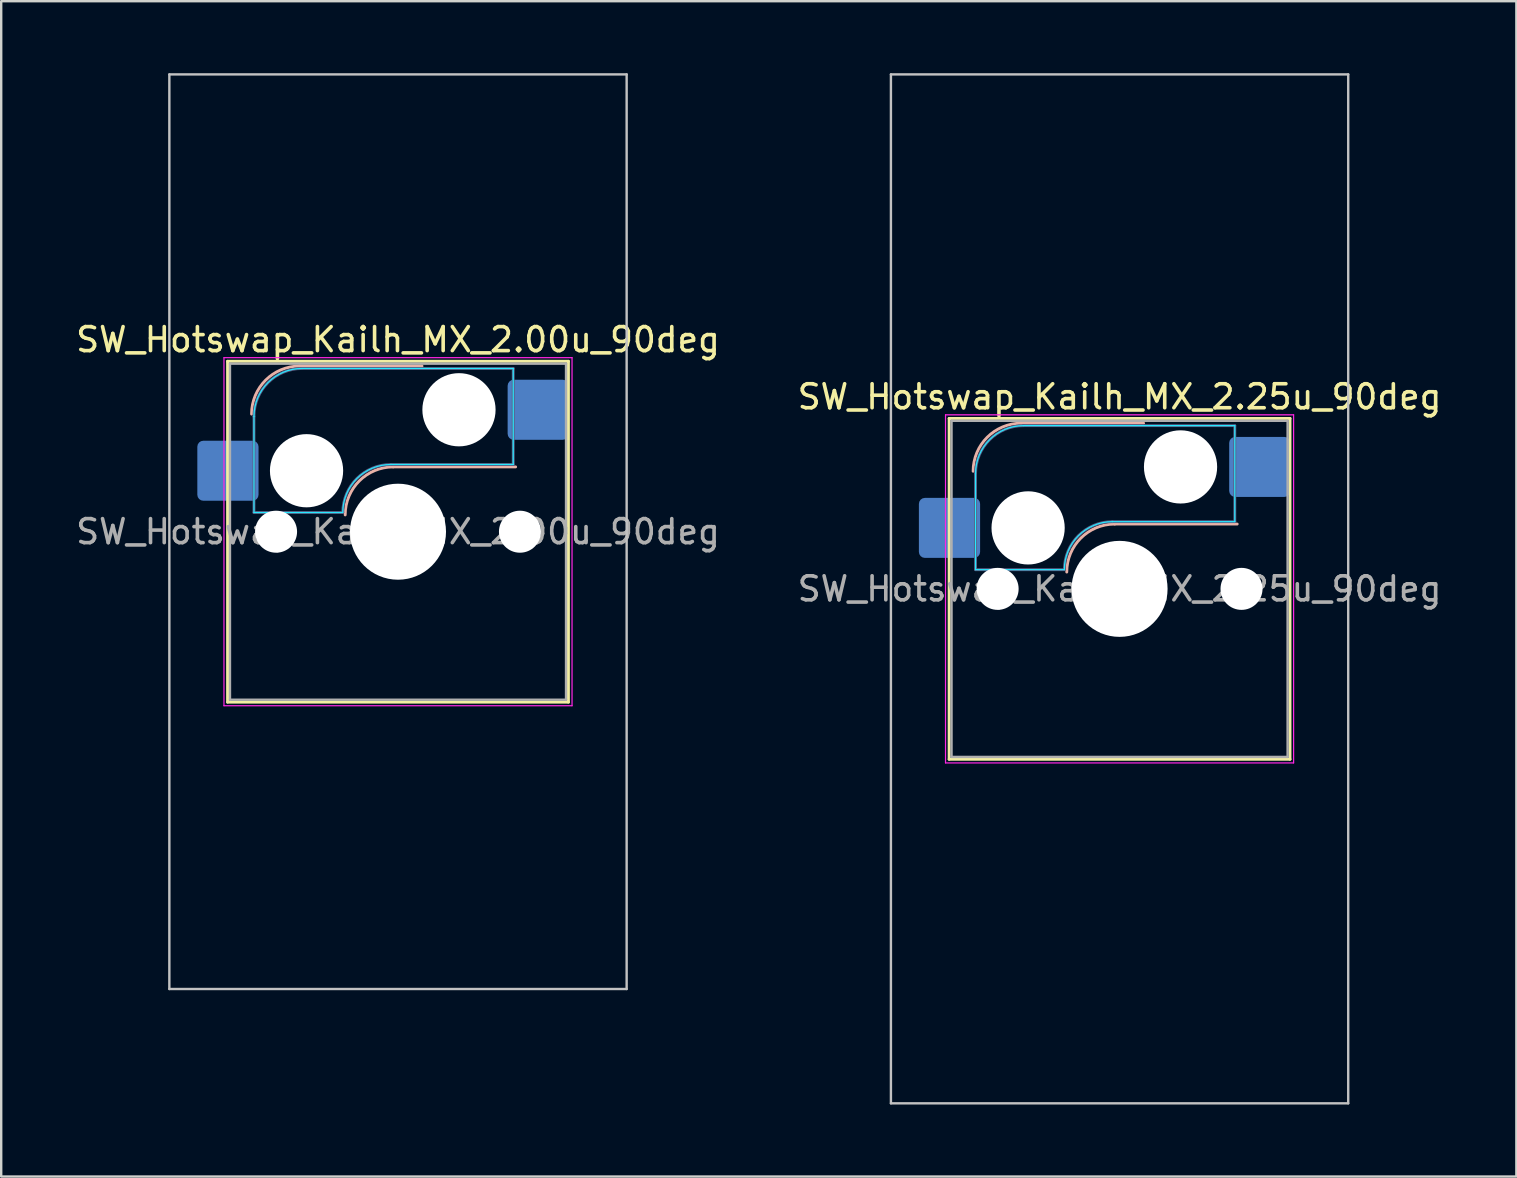
<source format=kicad_pcb>
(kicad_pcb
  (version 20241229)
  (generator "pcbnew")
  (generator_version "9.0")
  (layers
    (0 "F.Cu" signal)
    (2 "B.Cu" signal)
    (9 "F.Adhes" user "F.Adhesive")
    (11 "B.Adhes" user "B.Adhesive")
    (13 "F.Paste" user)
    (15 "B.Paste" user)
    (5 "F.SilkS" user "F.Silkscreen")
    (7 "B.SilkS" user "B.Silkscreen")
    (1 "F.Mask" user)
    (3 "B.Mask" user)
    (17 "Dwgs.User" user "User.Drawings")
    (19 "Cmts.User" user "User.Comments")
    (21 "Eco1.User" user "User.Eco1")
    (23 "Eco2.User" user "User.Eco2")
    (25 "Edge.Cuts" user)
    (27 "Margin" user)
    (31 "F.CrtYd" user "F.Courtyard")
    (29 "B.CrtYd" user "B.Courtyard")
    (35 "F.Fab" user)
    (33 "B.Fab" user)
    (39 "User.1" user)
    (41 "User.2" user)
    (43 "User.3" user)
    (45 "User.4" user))
  (footprint "SW_Hotswap_Kailh_MX_2.25u_90deg"
    (layer "F.Cu")
    (at 43.589 21.481)
    (property "Reference" "SW_Hotswap_Kailh_MX_2.25u_90deg" (at 0 -8 0) (layer "F.SilkS") (effects (font (size 1 1) (thickness 0.15))))
    (attr smd)
    (fp_line (start -7.1 -7.1) (end -7.1 7.1) (stroke (width 0.12) (type solid)) (layer "F.SilkS"))
    (fp_line (start -7.1 7.1) (end 7.1 7.1) (stroke (width 0.12) (type solid)) (layer "F.SilkS"))
    (fp_line (start 7.1 -7.1) (end -7.1 -7.1) (stroke (width 0.12) (type solid)) (layer "F.SilkS"))
    (fp_line (start 7.1 7.1) (end 7.1 -7.1) (stroke (width 0.12) (type solid)) (layer "F.SilkS"))
    (fp_line (start -4.1 -6.9) (end 1 -6.9) (stroke (width 0.12) (type solid)) (layer "B.SilkS"))
    (fp_line (start -0.2 -2.7) (end 4.9 -2.7) (stroke (width 0.12) (type solid)) (layer "B.SilkS"))
    (fp_arc (start -6.1 -4.9) (mid -5.514214 -6.314214) (end -4.1 -6.9) (stroke (width 0.12) (type solid)) (layer "B.SilkS"))
    (fp_arc (start -2.2 -0.7) (mid -1.614214 -2.114214) (end -0.2 -2.7) (stroke (width 0.12) (type solid)) (layer "B.SilkS"))
    (fp_line (start -9.525 -21.431) (end 9.525 -21.431) (stroke (width 0.1) (type solid)) (layer "Dwgs.User"))
    (fp_line (start -9.525 21.431) (end -9.525 -21.431) (stroke (width 0.1) (type solid)) (layer "Dwgs.User"))
    (fp_line (start 9.525 -21.431) (end 9.525 21.431) (stroke (width 0.1) (type solid)) (layer "Dwgs.User"))
    (fp_line (start 9.525 21.431) (end -9.525 21.431) (stroke (width 0.1) (type solid)) (layer "Dwgs.User"))
    (fp_line (start -7.8 -6) (end -7 -6) (stroke (width 0.1) (type solid)) (layer "Eco1.User"))
    (fp_line (start -7.8 -2.9) (end -7.8 -6) (stroke (width 0.1) (type solid)) (layer "Eco1.User"))
    (fp_line (start -7.8 2.9) (end -7 2.9) (stroke (width 0.1) (type solid)) (layer "Eco1.User"))
    (fp_line (start -7.8 6) (end -7.8 2.9) (stroke (width 0.1) (type solid)) (layer "Eco1.User"))
    (fp_line (start -7 -7) (end 7 -7) (stroke (width 0.1) (type solid)) (layer "Eco1.User"))
    (fp_line (start -7 -6) (end -7 -7) (stroke (width 0.1) (type solid)) (layer "Eco1.User"))
    (fp_line (start -7 -2.9) (end -7.8 -2.9) (stroke (width 0.1) (type solid)) (layer "Eco1.User"))
    (fp_line (start -7 2.9) (end -7 -2.9) (stroke (width 0.1) (type solid)) (layer "Eco1.User"))
    (fp_line (start -7 6) (end -7.8 6) (stroke (width 0.1) (type solid)) (layer "Eco1.User"))
    (fp_line (start -7 7) (end -7 6) (stroke (width 0.1) (type solid)) (layer "Eco1.User"))
    (fp_line (start 7 -7) (end 7 -6) (stroke (width 0.1) (type solid)) (layer "Eco1.User"))
    (fp_line (start 7 -6) (end 7.8 -6) (stroke (width 0.1) (type solid)) (layer "Eco1.User"))
    (fp_line (start 7 -2.9) (end 7 2.9) (stroke (width 0.1) (type solid)) (layer "Eco1.User"))
    (fp_line (start 7 2.9) (end 7.8 2.9) (stroke (width 0.1) (type solid)) (layer "Eco1.User"))
    (fp_line (start 7 6) (end 7 7) (stroke (width 0.1) (type solid)) (layer "Eco1.User"))
    (fp_line (start 7 7) (end -7 7) (stroke (width 0.1) (type solid)) (layer "Eco1.User"))
    (fp_line (start 7.8 -6) (end 7.8 -2.9) (stroke (width 0.1) (type solid)) (layer "Eco1.User"))
    (fp_line (start 7.8 -2.9) (end 7 -2.9) (stroke (width 0.1) (type solid)) (layer "Eco1.User"))
    (fp_line (start 7.8 2.9) (end 7.8 6) (stroke (width 0.1) (type solid)) (layer "Eco1.User"))
    (fp_line (start 7.8 6) (end 7 6) (stroke (width 0.1) (type solid)) (layer "Eco1.User"))
    (fp_line (start -6 -0.8) (end -6 -4.8) (stroke (width 0.05) (type solid)) (layer "B.CrtYd"))
    (fp_line (start -6 -0.8) (end -2.3 -0.8) (stroke (width 0.05) (type solid)) (layer "B.CrtYd"))
    (fp_line (start -4 -6.8) (end 4.8 -6.8) (stroke (width 0.05) (type solid)) (layer "B.CrtYd"))
    (fp_line (start -0.3 -2.8) (end 4.8 -2.8) (stroke (width 0.05) (type solid)) (layer "B.CrtYd"))
    (fp_line (start 4.8 -6.8) (end 4.8 -2.8) (stroke (width 0.05) (type solid)) (layer "B.CrtYd"))
    (fp_arc (start -6 -4.8) (mid -5.414214 -6.214214) (end -4 -6.8) (stroke (width 0.05) (type solid)) (layer "B.CrtYd"))
    (fp_arc (start -2.3 -0.8) (mid -1.714214 -2.214214) (end -0.3 -2.8) (stroke (width 0.05) (type solid)) (layer "B.CrtYd"))
    (fp_line (start -7.25 -7.25) (end -7.25 7.25) (stroke (width 0.05) (type solid)) (layer "F.CrtYd"))
    (fp_line (start -7.25 7.25) (end 7.25 7.25) (stroke (width 0.05) (type solid)) (layer "F.CrtYd"))
    (fp_line (start 7.25 -7.25) (end -7.25 -7.25) (stroke (width 0.05) (type solid)) (layer "F.CrtYd"))
    (fp_line (start 7.25 7.25) (end 7.25 -7.25) (stroke (width 0.05) (type solid)) (layer "F.CrtYd"))
    (fp_line (start -6 -0.8) (end -6 -4.8) (stroke (width 0.12) (type solid)) (layer "B.Fab"))
    (fp_line (start -6 -0.8) (end -2.3 -0.8) (stroke (width 0.12) (type solid)) (layer "B.Fab"))
    (fp_line (start -4 -6.8) (end 4.8 -6.8) (stroke (width 0.12) (type solid)) (layer "B.Fab"))
    (fp_line (start -0.3 -2.8) (end 4.8 -2.8) (stroke (width 0.12) (type solid)) (layer "B.Fab"))
    (fp_line (start 4.8 -6.8) (end 4.8 -2.8) (stroke (width 0.12) (type solid)) (layer "B.Fab"))
    (fp_arc (start -6 -4.8) (mid -5.414214 -6.214214) (end -4 -6.8) (stroke (width 0.12) (type solid)) (layer "B.Fab"))
    (fp_arc (start -2.3 -0.8) (mid -1.714214 -2.214214) (end -0.3 -2.8) (stroke (width 0.12) (type solid)) (layer "B.Fab"))
    (fp_line (start -7 -7) (end -7 7) (stroke (width 0.1) (type solid)) (layer "F.Fab"))
    (fp_line (start -7 7) (end 7 7) (stroke (width 0.1) (type solid)) (layer "F.Fab"))
    (fp_line (start 7 -7) (end -7 -7) (stroke (width 0.1) (type solid)) (layer "F.Fab"))
    (fp_line (start 7 7) (end 7 -7) (stroke (width 0.1) (type solid)) (layer "F.Fab"))
    (fp_text user "${REFERENCE}" (at 0 0 0) (layer "F.Fab") (effects (font (size 1 1) (thickness 0.15))))
    (pad "" np_thru_hole circle (at -5.08 0) (size 1.75 1.75) (drill 1.75) (layers "*.Cu" "*.Mask"))
    (pad "" np_thru_hole circle (at -3.81 -2.54) (size 3.05 3.05) (drill 3.05) (layers "*.Cu" "*.Mask"))
    (pad "" np_thru_hole circle (at 0 0) (size 4 4) (drill 4) (layers "*.Cu" "*.Mask"))
    (pad "" np_thru_hole circle (at 2.54 -5.08) (size 3.05 3.05) (drill 3.05) (layers "*.Cu" "*.Mask"))
    (pad "" np_thru_hole circle (at 5.08 0) (size 1.75 1.75) (drill 1.75) (layers "*.Cu" "*.Mask"))
    (pad "1" smd roundrect (at -7.085 -2.54) (size 2.55 2.5) (layers "B.Cu" "B.Mask" "B.Paste") (roundrect_rratio 0.1))
    (pad "2" smd roundrect (at 5.842 -5.08) (size 2.55 2.5) (layers "B.Cu" "B.Mask" "B.Paste") (roundrect_rratio 0.1)))
  (footprint "SW_Hotswap_Kailh_MX_2.00u_90deg"
    (layer "F.Cu")
    (at 13.53 19.1)
    (property "Reference" "SW_Hotswap_Kailh_MX_2.00u_90deg" (at 0 -8 0) (layer "F.SilkS") (effects (font (size 1 1) (thickness 0.15))))
    (attr smd)
    (fp_line (start -7.1 -7.1) (end -7.1 7.1) (stroke (width 0.12) (type solid)) (layer "F.SilkS"))
    (fp_line (start -7.1 7.1) (end 7.1 7.1) (stroke (width 0.12) (type solid)) (layer "F.SilkS"))
    (fp_line (start 7.1 -7.1) (end -7.1 -7.1) (stroke (width 0.12) (type solid)) (layer "F.SilkS"))
    (fp_line (start 7.1 7.1) (end 7.1 -7.1) (stroke (width 0.12) (type solid)) (layer "F.SilkS"))
    (fp_line (start -4.1 -6.9) (end 1 -6.9) (stroke (width 0.12) (type solid)) (layer "B.SilkS"))
    (fp_line (start -0.2 -2.7) (end 4.9 -2.7) (stroke (width 0.12) (type solid)) (layer "B.SilkS"))
    (fp_arc (start -6.1 -4.9) (mid -5.514214 -6.314214) (end -4.1 -6.9) (stroke (width 0.12) (type solid)) (layer "B.SilkS"))
    (fp_arc (start -2.2 -0.7) (mid -1.614214 -2.114214) (end -0.2 -2.7) (stroke (width 0.12) (type solid)) (layer "B.SilkS"))
    (fp_line (start -9.525 -19.05) (end 9.525 -19.05) (stroke (width 0.1) (type solid)) (layer "Dwgs.User"))
    (fp_line (start -9.525 19.05) (end -9.525 -19.05) (stroke (width 0.1) (type solid)) (layer "Dwgs.User"))
    (fp_line (start 9.525 -19.05) (end 9.525 19.05) (stroke (width 0.1) (type solid)) (layer "Dwgs.User"))
    (fp_line (start 9.525 19.05) (end -9.525 19.05) (stroke (width 0.1) (type solid)) (layer "Dwgs.User"))
    (fp_line (start -7.8 -6) (end -7 -6) (stroke (width 0.1) (type solid)) (layer "Eco1.User"))
    (fp_line (start -7.8 -2.9) (end -7.8 -6) (stroke (width 0.1) (type solid)) (layer "Eco1.User"))
    (fp_line (start -7.8 2.9) (end -7 2.9) (stroke (width 0.1) (type solid)) (layer "Eco1.User"))
    (fp_line (start -7.8 6) (end -7.8 2.9) (stroke (width 0.1) (type solid)) (layer "Eco1.User"))
    (fp_line (start -7 -7) (end 7 -7) (stroke (width 0.1) (type solid)) (layer "Eco1.User"))
    (fp_line (start -7 -6) (end -7 -7) (stroke (width 0.1) (type solid)) (layer "Eco1.User"))
    (fp_line (start -7 -2.9) (end -7.8 -2.9) (stroke (width 0.1) (type solid)) (layer "Eco1.User"))
    (fp_line (start -7 2.9) (end -7 -2.9) (stroke (width 0.1) (type solid)) (layer "Eco1.User"))
    (fp_line (start -7 6) (end -7.8 6) (stroke (width 0.1) (type solid)) (layer "Eco1.User"))
    (fp_line (start -7 7) (end -7 6) (stroke (width 0.1) (type solid)) (layer "Eco1.User"))
    (fp_line (start 7 -7) (end 7 -6) (stroke (width 0.1) (type solid)) (layer "Eco1.User"))
    (fp_line (start 7 -6) (end 7.8 -6) (stroke (width 0.1) (type solid)) (layer "Eco1.User"))
    (fp_line (start 7 -2.9) (end 7 2.9) (stroke (width 0.1) (type solid)) (layer "Eco1.User"))
    (fp_line (start 7 2.9) (end 7.8 2.9) (stroke (width 0.1) (type solid)) (layer "Eco1.User"))
    (fp_line (start 7 6) (end 7 7) (stroke (width 0.1) (type solid)) (layer "Eco1.User"))
    (fp_line (start 7 7) (end -7 7) (stroke (width 0.1) (type solid)) (layer "Eco1.User"))
    (fp_line (start 7.8 -6) (end 7.8 -2.9) (stroke (width 0.1) (type solid)) (layer "Eco1.User"))
    (fp_line (start 7.8 -2.9) (end 7 -2.9) (stroke (width 0.1) (type solid)) (layer "Eco1.User"))
    (fp_line (start 7.8 2.9) (end 7.8 6) (stroke (width 0.1) (type solid)) (layer "Eco1.User"))
    (fp_line (start 7.8 6) (end 7 6) (stroke (width 0.1) (type solid)) (layer "Eco1.User"))
    (fp_line (start -6 -0.8) (end -6 -4.8) (stroke (width 0.05) (type solid)) (layer "B.CrtYd"))
    (fp_line (start -6 -0.8) (end -2.3 -0.8) (stroke (width 0.05) (type solid)) (layer "B.CrtYd"))
    (fp_line (start -4 -6.8) (end 4.8 -6.8) (stroke (width 0.05) (type solid)) (layer "B.CrtYd"))
    (fp_line (start -0.3 -2.8) (end 4.8 -2.8) (stroke (width 0.05) (type solid)) (layer "B.CrtYd"))
    (fp_line (start 4.8 -6.8) (end 4.8 -2.8) (stroke (width 0.05) (type solid)) (layer "B.CrtYd"))
    (fp_arc (start -6 -4.8) (mid -5.414214 -6.214214) (end -4 -6.8) (stroke (width 0.05) (type solid)) (layer "B.CrtYd"))
    (fp_arc (start -2.3 -0.8) (mid -1.714214 -2.214214) (end -0.3 -2.8) (stroke (width 0.05) (type solid)) (layer "B.CrtYd"))
    (fp_line (start -7.25 -7.25) (end -7.25 7.25) (stroke (width 0.05) (type solid)) (layer "F.CrtYd"))
    (fp_line (start -7.25 7.25) (end 7.25 7.25) (stroke (width 0.05) (type solid)) (layer "F.CrtYd"))
    (fp_line (start 7.25 -7.25) (end -7.25 -7.25) (stroke (width 0.05) (type solid)) (layer "F.CrtYd"))
    (fp_line (start 7.25 7.25) (end 7.25 -7.25) (stroke (width 0.05) (type solid)) (layer "F.CrtYd"))
    (fp_line (start -6 -0.8) (end -6 -4.8) (stroke (width 0.12) (type solid)) (layer "B.Fab"))
    (fp_line (start -6 -0.8) (end -2.3 -0.8) (stroke (width 0.12) (type solid)) (layer "B.Fab"))
    (fp_line (start -4 -6.8) (end 4.8 -6.8) (stroke (width 0.12) (type solid)) (layer "B.Fab"))
    (fp_line (start -0.3 -2.8) (end 4.8 -2.8) (stroke (width 0.12) (type solid)) (layer "B.Fab"))
    (fp_line (start 4.8 -6.8) (end 4.8 -2.8) (stroke (width 0.12) (type solid)) (layer "B.Fab"))
    (fp_arc (start -6 -4.8) (mid -5.414214 -6.214214) (end -4 -6.8) (stroke (width 0.12) (type solid)) (layer "B.Fab"))
    (fp_arc (start -2.3 -0.8) (mid -1.714214 -2.214214) (end -0.3 -2.8) (stroke (width 0.12) (type solid)) (layer "B.Fab"))
    (fp_line (start -7 -7) (end -7 7) (stroke (width 0.1) (type solid)) (layer "F.Fab"))
    (fp_line (start -7 7) (end 7 7) (stroke (width 0.1) (type solid)) (layer "F.Fab"))
    (fp_line (start 7 -7) (end -7 -7) (stroke (width 0.1) (type solid)) (layer "F.Fab"))
    (fp_line (start 7 7) (end 7 -7) (stroke (width 0.1) (type solid)) (layer "F.Fab"))
    (fp_text user "${REFERENCE}" (at 0 0 0) (layer "F.Fab") (effects (font (size 1 1) (thickness 0.15))))
    (pad "" np_thru_hole circle (at -5.08 0) (size 1.75 1.75) (drill 1.75) (layers "*.Cu" "*.Mask"))
    (pad "" np_thru_hole circle (at -3.81 -2.54) (size 3.05 3.05) (drill 3.05) (layers "*.Cu" "*.Mask"))
    (pad "" np_thru_hole circle (at 0 0) (size 4 4) (drill 4) (layers "*.Cu" "*.Mask"))
    (pad "" np_thru_hole circle (at 2.54 -5.08) (size 3.05 3.05) (drill 3.05) (layers "*.Cu" "*.Mask"))
    (pad "" np_thru_hole circle (at 5.08 0) (size 1.75 1.75) (drill 1.75) (layers "*.Cu" "*.Mask"))
    (pad "1" smd roundrect (at -7.085 -2.54) (size 2.55 2.5) (layers "B.Cu" "B.Mask" "B.Paste") (roundrect_rratio 0.1))
    (pad "2" smd roundrect (at 5.842 -5.08) (size 2.55 2.5) (layers "B.Cu" "B.Mask" "B.Paste") (roundrect_rratio 0.1)))
  (gr_rect
    (start -3 -3)
    (end 60.119 45.962)
    (stroke (width 0.1) (type default))
    (fill no)
    (layer "Edge.Cuts")))
</source>
